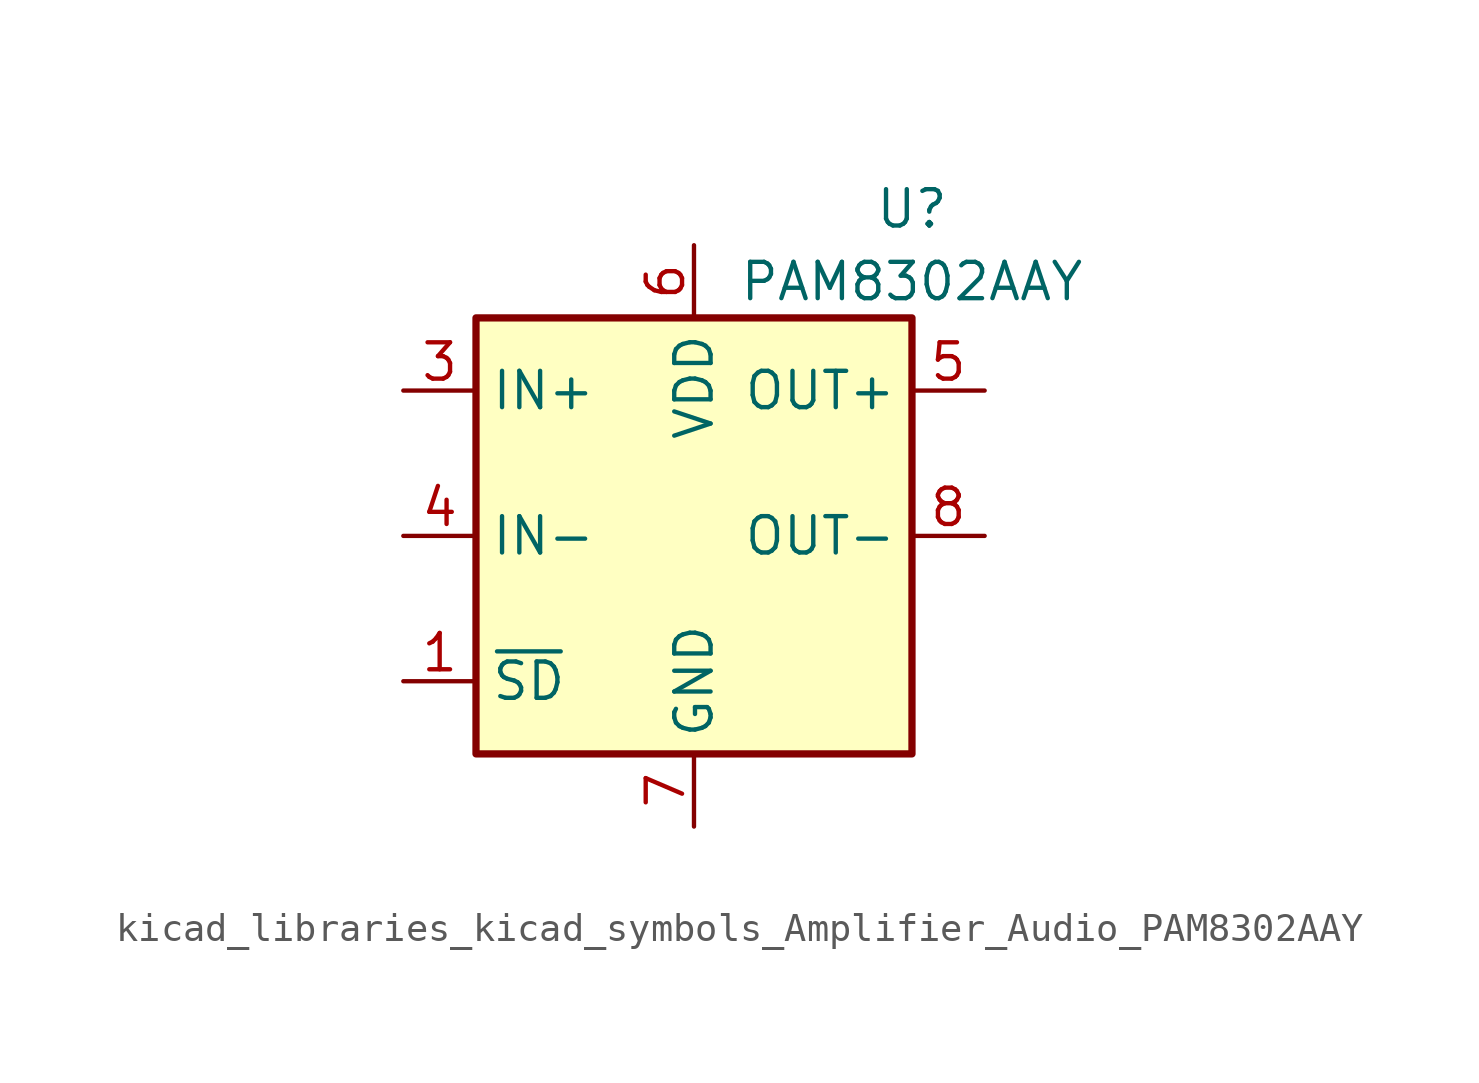
<source format=kicad_sym>
(kicad_symbol_lib
  (version 20220914)
  (generator kicad_symbol_editor)
  (symbol "kicad_libraries_kicad_symbols_Amplifier_Audio_PAM8302AAY"
    (property "Reference" "U"
      (at 7.62 11.43 0)
      (effects (font (size 1.27 1.27))))
    (property "Value" "PAM8302AAY"
      (at 7.62 8.89 0)
      (effects (font (size 1.27 1.27))))
    (symbol "kicad_libraries_kicad_symbols_Amplifier_Audio_PAM8302AAY_0_1"
      (rectangle (start -7.62 7.62) (end 7.62 -7.62) (stroke (width 0.254) (type default)) (fill (type background))))
    (symbol "kicad_libraries_kicad_symbols_Amplifier_Audio_PAM8302AAY_1_1"
      (pin input line (at -10.16 -5.08 0) (length 2.54) (name "~{SD}" (effects (font (size 1.27 1.27)))) (number "1" (effects (font (size 1.27 1.27)))))
      (pin no_connect line (at 7.62 -5.08 180) (length 2.54) hide (name "NC" (effects (font (size 1.27 1.27)))) (number "2" (effects (font (size 1.27 1.27)))))
      (pin input line (at -10.16 5.08 0) (length 2.54) (name "IN+" (effects (font (size 1.27 1.27)))) (number "3" (effects (font (size 1.27 1.27)))))
      (pin input line (at -10.16 0 0) (length 2.54) (name "IN-" (effects (font (size 1.27 1.27)))) (number "4" (effects (font (size 1.27 1.27)))))
      (pin output line (at 10.16 5.08 180) (length 2.54) (name "OUT+" (effects (font (size 1.27 1.27)))) (number "5" (effects (font (size 1.27 1.27)))))
      (pin power_in line (at 0 10.16 270) (length 2.54) (name "VDD" (effects (font (size 1.27 1.27)))) (number "6" (effects (font (size 1.27 1.27)))))
      (pin power_in line (at 0 -10.16 90) (length 2.54) (name "GND" (effects (font (size 1.27 1.27)))) (number "7" (effects (font (size 1.27 1.27)))))
      (pin output line (at 10.16 0 180) (length 2.54) (name "OUT-" (effects (font (size 1.27 1.27)))) (number "8" (effects (font (size 1.27 1.27))))))))
</source>
